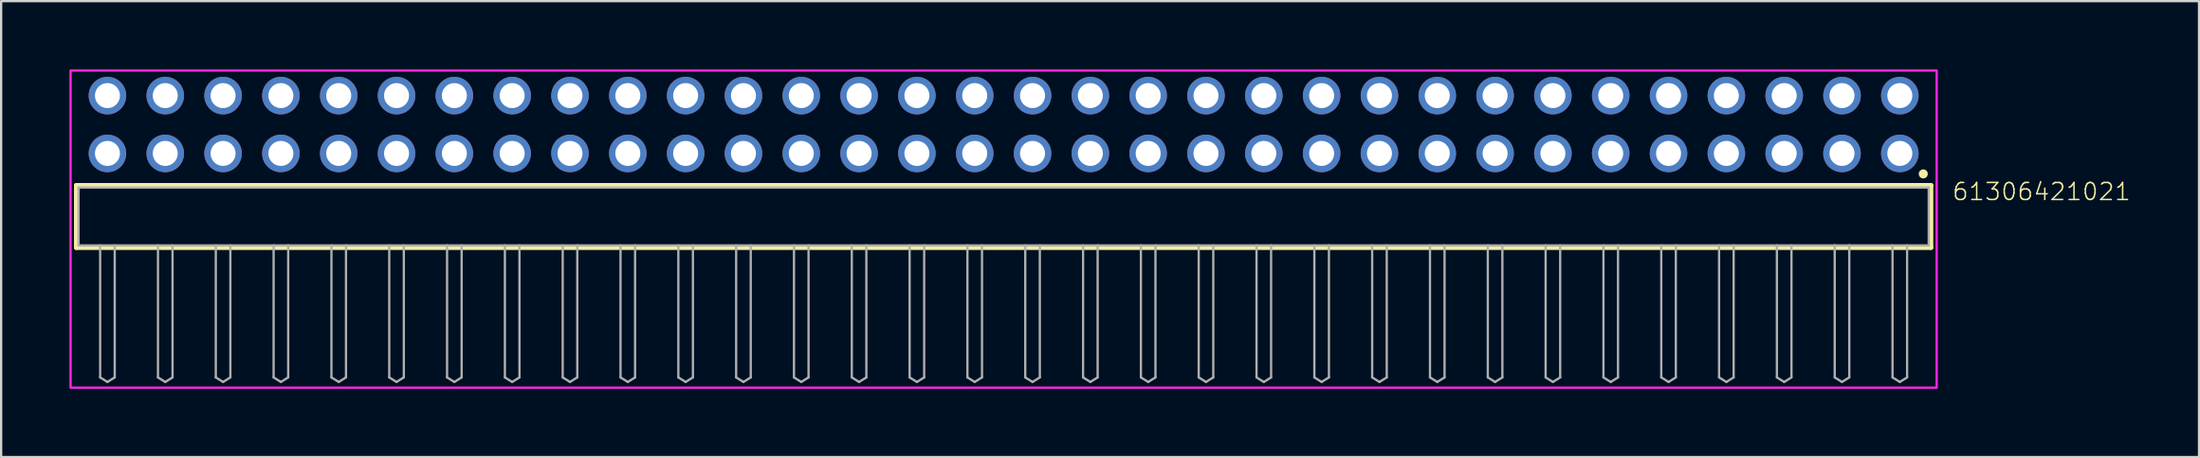
<source format=kicad_pcb>
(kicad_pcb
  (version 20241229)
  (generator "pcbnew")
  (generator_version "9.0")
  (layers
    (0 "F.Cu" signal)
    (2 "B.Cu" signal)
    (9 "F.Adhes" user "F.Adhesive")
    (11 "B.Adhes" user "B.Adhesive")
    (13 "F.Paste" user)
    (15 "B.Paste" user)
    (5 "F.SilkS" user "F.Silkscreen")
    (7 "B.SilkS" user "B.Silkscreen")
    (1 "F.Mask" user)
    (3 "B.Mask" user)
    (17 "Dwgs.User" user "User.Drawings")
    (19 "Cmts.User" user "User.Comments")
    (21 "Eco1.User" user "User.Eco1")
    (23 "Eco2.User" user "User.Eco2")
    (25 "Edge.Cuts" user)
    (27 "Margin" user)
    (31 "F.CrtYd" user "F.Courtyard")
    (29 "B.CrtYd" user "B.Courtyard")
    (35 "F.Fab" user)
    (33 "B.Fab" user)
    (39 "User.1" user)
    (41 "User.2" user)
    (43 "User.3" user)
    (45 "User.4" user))
  (footprint "61306421021"
    (layer "F.Cu")
    (at 41.04 6.46)
    (property "Reference" "61306421021" (at 41.635 -0.652 0) (unlocked yes) (layer "F.SilkS") (effects (font (size 0.748 0.748) (thickness 0.065)) (justify left bottom)))
    (fp_line (start -40.74 -1.37) (end 40.74 -1.37) (stroke (width 0.2) (type solid)) (layer "F.SilkS"))
    (fp_line (start -40.74 1.37) (end -40.74 -1.37) (stroke (width 0.2) (type solid)) (layer "F.SilkS"))
    (fp_line (start 40.74 -1.37) (end 40.74 1.37) (stroke (width 0.2) (type solid)) (layer "F.SilkS"))
    (fp_line (start 40.74 1.37) (end -40.74 1.37) (stroke (width 0.2) (type solid)) (layer "F.SilkS"))
    (fp_circle (center 40.4 -1.87) (end 40.5 -1.87) (stroke (width 0.2) (type solid)) (fill no) (layer "F.SilkS"))
    (fp_poly (pts (xy 40.99 7.52) (xy -40.99 7.52) (xy -40.99 -6.41) (xy 40.99 -6.41)) (stroke (width 0.1) (type default)) (fill no) (layer "F.CrtYd"))
    (fp_line (start -40.64 -1.27) (end 40.64 -1.27) (stroke (width 0.1) (type solid)) (layer "F.Fab"))
    (fp_line (start -40.64 1.27) (end -40.64 -1.27) (stroke (width 0.1) (type solid)) (layer "F.Fab"))
    (fp_line (start -39.69 1.27) (end -39.69 7.07) (stroke (width 0.1) (type solid)) (layer "F.Fab"))
    (fp_line (start -39.69 7.07) (end -39.37 7.27) (stroke (width 0.1) (type solid)) (layer "F.Fab"))
    (fp_line (start -39.37 7.27) (end -39.05 7.07) (stroke (width 0.1) (type solid)) (layer "F.Fab"))
    (fp_line (start -39.05 1.27) (end -39.05 7.07) (stroke (width 0.1) (type solid)) (layer "F.Fab"))
    (fp_line (start -37.15 1.27) (end -37.15 7.07) (stroke (width 0.1) (type solid)) (layer "F.Fab"))
    (fp_line (start -37.15 7.07) (end -36.83 7.27) (stroke (width 0.1) (type solid)) (layer "F.Fab"))
    (fp_line (start -36.83 7.27) (end -36.51 7.07) (stroke (width 0.1) (type solid)) (layer "F.Fab"))
    (fp_line (start -36.51 1.27) (end -36.51 7.07) (stroke (width 0.1) (type solid)) (layer "F.Fab"))
    (fp_line (start -34.61 1.27) (end -34.61 7.07) (stroke (width 0.1) (type solid)) (layer "F.Fab"))
    (fp_line (start -34.61 7.07) (end -34.29 7.27) (stroke (width 0.1) (type solid)) (layer "F.Fab"))
    (fp_line (start -34.29 7.27) (end -33.97 7.07) (stroke (width 0.1) (type solid)) (layer "F.Fab"))
    (fp_line (start -33.97 1.27) (end -33.97 7.07) (stroke (width 0.1) (type solid)) (layer "F.Fab"))
    (fp_line (start -32.07 1.27) (end -32.07 7.07) (stroke (width 0.1) (type solid)) (layer "F.Fab"))
    (fp_line (start -32.07 7.07) (end -31.75 7.27) (stroke (width 0.1) (type solid)) (layer "F.Fab"))
    (fp_line (start -31.75 7.27) (end -31.43 7.07) (stroke (width 0.1) (type solid)) (layer "F.Fab"))
    (fp_line (start -31.43 1.27) (end -31.43 7.07) (stroke (width 0.1) (type solid)) (layer "F.Fab"))
    (fp_line (start -29.53 1.27) (end -29.53 7.07) (stroke (width 0.1) (type solid)) (layer "F.Fab"))
    (fp_line (start -29.53 7.07) (end -29.21 7.27) (stroke (width 0.1) (type solid)) (layer "F.Fab"))
    (fp_line (start -29.21 7.27) (end -28.89 7.07) (stroke (width 0.1) (type solid)) (layer "F.Fab"))
    (fp_line (start -28.89 1.27) (end -28.89 7.07) (stroke (width 0.1) (type solid)) (layer "F.Fab"))
    (fp_line (start -26.99 1.27) (end -26.99 7.07) (stroke (width 0.1) (type solid)) (layer "F.Fab"))
    (fp_line (start -26.99 7.07) (end -26.67 7.27) (stroke (width 0.1) (type solid)) (layer "F.Fab"))
    (fp_line (start -26.67 7.27) (end -26.35 7.07) (stroke (width 0.1) (type solid)) (layer "F.Fab"))
    (fp_line (start -26.35 1.27) (end -26.35 7.07) (stroke (width 0.1) (type solid)) (layer "F.Fab"))
    (fp_line (start -24.45 1.27) (end -24.45 7.07) (stroke (width 0.1) (type solid)) (layer "F.Fab"))
    (fp_line (start -24.45 7.07) (end -24.13 7.27) (stroke (width 0.1) (type solid)) (layer "F.Fab"))
    (fp_line (start -24.13 7.27) (end -23.81 7.07) (stroke (width 0.1) (type solid)) (layer "F.Fab"))
    (fp_line (start -23.81 1.27) (end -23.81 7.07) (stroke (width 0.1) (type solid)) (layer "F.Fab"))
    (fp_line (start -21.91 1.27) (end -21.91 7.07) (stroke (width 0.1) (type solid)) (layer "F.Fab"))
    (fp_line (start -21.91 7.07) (end -21.59 7.27) (stroke (width 0.1) (type solid)) (layer "F.Fab"))
    (fp_line (start -21.59 7.27) (end -21.27 7.07) (stroke (width 0.1) (type solid)) (layer "F.Fab"))
    (fp_line (start -21.27 1.27) (end -21.27 7.07) (stroke (width 0.1) (type solid)) (layer "F.Fab"))
    (fp_line (start -19.37 1.27) (end -19.37 7.07) (stroke (width 0.1) (type solid)) (layer "F.Fab"))
    (fp_line (start -19.37 7.07) (end -19.05 7.27) (stroke (width 0.1) (type solid)) (layer "F.Fab"))
    (fp_line (start -19.05 7.27) (end -18.73 7.07) (stroke (width 0.1) (type solid)) (layer "F.Fab"))
    (fp_line (start -18.73 1.27) (end -18.73 7.07) (stroke (width 0.1) (type solid)) (layer "F.Fab"))
    (fp_line (start -16.83 1.27) (end -16.83 7.07) (stroke (width 0.1) (type solid)) (layer "F.Fab"))
    (fp_line (start -16.83 7.07) (end -16.51 7.27) (stroke (width 0.1) (type solid)) (layer "F.Fab"))
    (fp_line (start -16.51 7.27) (end -16.19 7.07) (stroke (width 0.1) (type solid)) (layer "F.Fab"))
    (fp_line (start -16.19 1.27) (end -16.19 7.07) (stroke (width 0.1) (type solid)) (layer "F.Fab"))
    (fp_line (start -14.29 1.27) (end -14.29 7.07) (stroke (width 0.1) (type solid)) (layer "F.Fab"))
    (fp_line (start -14.29 7.07) (end -13.97 7.27) (stroke (width 0.1) (type solid)) (layer "F.Fab"))
    (fp_line (start -13.97 7.27) (end -13.65 7.07) (stroke (width 0.1) (type solid)) (layer "F.Fab"))
    (fp_line (start -13.65 1.27) (end -13.65 7.07) (stroke (width 0.1) (type solid)) (layer "F.Fab"))
    (fp_line (start -11.75 1.27) (end -11.75 7.07) (stroke (width 0.1) (type solid)) (layer "F.Fab"))
    (fp_line (start -11.75 7.07) (end -11.43 7.27) (stroke (width 0.1) (type solid)) (layer "F.Fab"))
    (fp_line (start -11.43 7.27) (end -11.11 7.07) (stroke (width 0.1) (type solid)) (layer "F.Fab"))
    (fp_line (start -11.11 1.27) (end -11.11 7.07) (stroke (width 0.1) (type solid)) (layer "F.Fab"))
    (fp_line (start -9.21 1.27) (end -9.21 7.07) (stroke (width 0.1) (type solid)) (layer "F.Fab"))
    (fp_line (start -9.21 7.07) (end -8.89 7.27) (stroke (width 0.1) (type solid)) (layer "F.Fab"))
    (fp_line (start -8.89 7.27) (end -8.57 7.07) (stroke (width 0.1) (type solid)) (layer "F.Fab"))
    (fp_line (start -8.57 1.27) (end -8.57 7.07) (stroke (width 0.1) (type solid)) (layer "F.Fab"))
    (fp_line (start -6.67 1.27) (end -6.67 7.07) (stroke (width 0.1) (type solid)) (layer "F.Fab"))
    (fp_line (start -6.67 7.07) (end -6.35 7.27) (stroke (width 0.1) (type solid)) (layer "F.Fab"))
    (fp_line (start -6.35 7.27) (end -6.03 7.07) (stroke (width 0.1) (type solid)) (layer "F.Fab"))
    (fp_line (start -6.03 1.27) (end -6.03 7.07) (stroke (width 0.1) (type solid)) (layer "F.Fab"))
    (fp_line (start -4.13 1.27) (end -4.13 7.07) (stroke (width 0.1) (type solid)) (layer "F.Fab"))
    (fp_line (start -4.13 7.07) (end -3.81 7.27) (stroke (width 0.1) (type solid)) (layer "F.Fab"))
    (fp_line (start -3.81 7.27) (end -3.49 7.07) (stroke (width 0.1) (type solid)) (layer "F.Fab"))
    (fp_line (start -3.49 1.27) (end -3.49 7.07) (stroke (width 0.1) (type solid)) (layer "F.Fab"))
    (fp_line (start -1.59 1.27) (end -1.59 7.07) (stroke (width 0.1) (type solid)) (layer "F.Fab"))
    (fp_line (start -1.59 7.07) (end -1.27 7.27) (stroke (width 0.1) (type solid)) (layer "F.Fab"))
    (fp_line (start -1.27 7.27) (end -0.95 7.07) (stroke (width 0.1) (type solid)) (layer "F.Fab"))
    (fp_line (start -0.95 1.27) (end -0.95 7.07) (stroke (width 0.1) (type solid)) (layer "F.Fab"))
    (fp_line (start 0.95 1.27) (end 0.95 7.07) (stroke (width 0.1) (type solid)) (layer "F.Fab"))
    (fp_line (start 0.95 7.07) (end 1.27 7.27) (stroke (width 0.1) (type solid)) (layer "F.Fab"))
    (fp_line (start 1.27 7.27) (end 1.59 7.07) (stroke (width 0.1) (type solid)) (layer "F.Fab"))
    (fp_line (start 1.59 1.27) (end 1.59 7.07) (stroke (width 0.1) (type solid)) (layer "F.Fab"))
    (fp_line (start 3.49 1.27) (end 3.49 7.07) (stroke (width 0.1) (type solid)) (layer "F.Fab"))
    (fp_line (start 3.49 7.07) (end 3.81 7.27) (stroke (width 0.1) (type solid)) (layer "F.Fab"))
    (fp_line (start 3.81 7.27) (end 4.13 7.07) (stroke (width 0.1) (type solid)) (layer "F.Fab"))
    (fp_line (start 4.13 1.27) (end 4.13 7.07) (stroke (width 0.1) (type solid)) (layer "F.Fab"))
    (fp_line (start 6.03 1.27) (end 6.03 7.07) (stroke (width 0.1) (type solid)) (layer "F.Fab"))
    (fp_line (start 6.03 7.07) (end 6.35 7.27) (stroke (width 0.1) (type solid)) (layer "F.Fab"))
    (fp_line (start 6.35 7.27) (end 6.67 7.07) (stroke (width 0.1) (type solid)) (layer "F.Fab"))
    (fp_line (start 6.67 1.27) (end 6.67 7.07) (stroke (width 0.1) (type solid)) (layer "F.Fab"))
    (fp_line (start 8.57 1.27) (end 8.57 7.07) (stroke (width 0.1) (type solid)) (layer "F.Fab"))
    (fp_line (start 8.57 7.07) (end 8.89 7.27) (stroke (width 0.1) (type solid)) (layer "F.Fab"))
    (fp_line (start 8.89 7.27) (end 9.21 7.07) (stroke (width 0.1) (type solid)) (layer "F.Fab"))
    (fp_line (start 9.21 1.27) (end 9.21 7.07) (stroke (width 0.1) (type solid)) (layer "F.Fab"))
    (fp_line (start 11.11 1.27) (end 11.11 7.07) (stroke (width 0.1) (type solid)) (layer "F.Fab"))
    (fp_line (start 11.11 7.07) (end 11.43 7.27) (stroke (width 0.1) (type solid)) (layer "F.Fab"))
    (fp_line (start 11.43 7.27) (end 11.75 7.07) (stroke (width 0.1) (type solid)) (layer "F.Fab"))
    (fp_line (start 11.75 1.27) (end 11.75 7.07) (stroke (width 0.1) (type solid)) (layer "F.Fab"))
    (fp_line (start 13.65 1.27) (end 13.65 7.07) (stroke (width 0.1) (type solid)) (layer "F.Fab"))
    (fp_line (start 13.65 7.07) (end 13.97 7.27) (stroke (width 0.1) (type solid)) (layer "F.Fab"))
    (fp_line (start 13.97 7.27) (end 14.29 7.07) (stroke (width 0.1) (type solid)) (layer "F.Fab"))
    (fp_line (start 14.29 1.27) (end 14.29 7.07) (stroke (width 0.1) (type solid)) (layer "F.Fab"))
    (fp_line (start 16.19 1.27) (end 16.19 7.07) (stroke (width 0.1) (type solid)) (layer "F.Fab"))
    (fp_line (start 16.19 7.07) (end 16.51 7.27) (stroke (width 0.1) (type solid)) (layer "F.Fab"))
    (fp_line (start 16.51 7.27) (end 16.83 7.07) (stroke (width 0.1) (type solid)) (layer "F.Fab"))
    (fp_line (start 16.83 1.27) (end 16.83 7.07) (stroke (width 0.1) (type solid)) (layer "F.Fab"))
    (fp_line (start 18.73 1.27) (end 18.73 7.07) (stroke (width 0.1) (type solid)) (layer "F.Fab"))
    (fp_line (start 18.73 7.07) (end 19.05 7.27) (stroke (width 0.1) (type solid)) (layer "F.Fab"))
    (fp_line (start 19.05 7.27) (end 19.37 7.07) (stroke (width 0.1) (type solid)) (layer "F.Fab"))
    (fp_line (start 19.37 1.27) (end 19.37 7.07) (stroke (width 0.1) (type solid)) (layer "F.Fab"))
    (fp_line (start 21.27 1.27) (end 21.27 7.07) (stroke (width 0.1) (type solid)) (layer "F.Fab"))
    (fp_line (start 21.27 7.07) (end 21.59 7.27) (stroke (width 0.1) (type solid)) (layer "F.Fab"))
    (fp_line (start 21.59 7.27) (end 21.91 7.07) (stroke (width 0.1) (type solid)) (layer "F.Fab"))
    (fp_line (start 21.91 1.27) (end 21.91 7.07) (stroke (width 0.1) (type solid)) (layer "F.Fab"))
    (fp_line (start 23.81 1.27) (end 23.81 7.07) (stroke (width 0.1) (type solid)) (layer "F.Fab"))
    (fp_line (start 23.81 7.07) (end 24.13 7.27) (stroke (width 0.1) (type solid)) (layer "F.Fab"))
    (fp_line (start 24.13 7.27) (end 24.45 7.07) (stroke (width 0.1) (type solid)) (layer "F.Fab"))
    (fp_line (start 24.45 1.27) (end 24.45 7.07) (stroke (width 0.1) (type solid)) (layer "F.Fab"))
    (fp_line (start 26.35 1.27) (end 26.35 7.07) (stroke (width 0.1) (type solid)) (layer "F.Fab"))
    (fp_line (start 26.35 7.07) (end 26.67 7.27) (stroke (width 0.1) (type solid)) (layer "F.Fab"))
    (fp_line (start 26.67 7.27) (end 26.99 7.07) (stroke (width 0.1) (type solid)) (layer "F.Fab"))
    (fp_line (start 26.99 1.27) (end 26.99 7.07) (stroke (width 0.1) (type solid)) (layer "F.Fab"))
    (fp_line (start 28.89 1.27) (end 28.89 7.07) (stroke (width 0.1) (type solid)) (layer "F.Fab"))
    (fp_line (start 28.89 7.07) (end 29.21 7.27) (stroke (width 0.1) (type solid)) (layer "F.Fab"))
    (fp_line (start 29.21 7.27) (end 29.53 7.07) (stroke (width 0.1) (type solid)) (layer "F.Fab"))
    (fp_line (start 29.53 1.27) (end 29.53 7.07) (stroke (width 0.1) (type solid)) (layer "F.Fab"))
    (fp_line (start 31.43 1.27) (end 31.43 7.07) (stroke (width 0.1) (type solid)) (layer "F.Fab"))
    (fp_line (start 31.43 7.07) (end 31.75 7.27) (stroke (width 0.1) (type solid)) (layer "F.Fab"))
    (fp_line (start 31.75 7.27) (end 32.07 7.07) (stroke (width 0.1) (type solid)) (layer "F.Fab"))
    (fp_line (start 32.07 1.27) (end 32.07 7.07) (stroke (width 0.1) (type solid)) (layer "F.Fab"))
    (fp_line (start 33.97 1.27) (end 33.97 7.07) (stroke (width 0.1) (type solid)) (layer "F.Fab"))
    (fp_line (start 33.97 7.07) (end 34.29 7.27) (stroke (width 0.1) (type solid)) (layer "F.Fab"))
    (fp_line (start 34.29 7.27) (end 34.61 7.07) (stroke (width 0.1) (type solid)) (layer "F.Fab"))
    (fp_line (start 34.61 1.27) (end 34.61 7.07) (stroke (width 0.1) (type solid)) (layer "F.Fab"))
    (fp_line (start 36.51 1.27) (end -40.64 1.27) (stroke (width 0.1) (type solid)) (layer "F.Fab"))
    (fp_line (start 36.51 1.27) (end 36.51 7.07) (stroke (width 0.1) (type solid)) (layer "F.Fab"))
    (fp_line (start 36.51 7.07) (end 36.83 7.27) (stroke (width 0.1) (type solid)) (layer "F.Fab"))
    (fp_line (start 36.83 7.27) (end 37.15 7.07) (stroke (width 0.1) (type solid)) (layer "F.Fab"))
    (fp_line (start 37.15 1.27) (end 36.51 1.27) (stroke (width 0.1) (type solid)) (layer "F.Fab"))
    (fp_line (start 37.15 1.27) (end 37.15 7.07) (stroke (width 0.1) (type solid)) (layer "F.Fab"))
    (fp_line (start 39.05 1.27) (end 39.05 7.07) (stroke (width 0.1) (type solid)) (layer "F.Fab"))
    (fp_line (start 39.05 7.07) (end 39.37 7.27) (stroke (width 0.1) (type solid)) (layer "F.Fab"))
    (fp_line (start 39.37 7.27) (end 39.69 7.07) (stroke (width 0.1) (type solid)) (layer "F.Fab"))
    (fp_line (start 39.69 1.27) (end 39.69 7.07) (stroke (width 0.1) (type solid)) (layer "F.Fab"))
    (fp_line (start 40.64 -1.27) (end 40.64 1.27) (stroke (width 0.1) (type solid)) (layer "F.Fab"))
    (fp_line (start 40.64 1.27) (end 37.15 1.27) (stroke (width 0.1) (type solid)) (layer "F.Fab"))
    (pad "1" thru_hole circle (at 39.37 -2.77) (size 1.65 1.65) (drill 1.1) (layers "*.Cu" "*.Mask"))
    (pad "2" thru_hole circle (at 39.37 -5.31) (size 1.65 1.65) (drill 1.1) (layers "*.Cu" "*.Mask"))
    (pad "3" thru_hole circle (at 36.83 -2.77) (size 1.65 1.65) (drill 1.1) (layers "*.Cu" "*.Mask"))
    (pad "4" thru_hole circle (at 36.83 -5.31) (size 1.65 1.65) (drill 1.1) (layers "*.Cu" "*.Mask"))
    (pad "5" thru_hole circle (at 34.29 -2.77) (size 1.65 1.65) (drill 1.1) (layers "*.Cu" "*.Mask"))
    (pad "6" thru_hole circle (at 34.29 -5.31) (size 1.65 1.65) (drill 1.1) (layers "*.Cu" "*.Mask"))
    (pad "7" thru_hole circle (at 31.75 -2.77) (size 1.65 1.65) (drill 1.1) (layers "*.Cu" "*.Mask"))
    (pad "8" thru_hole circle (at 31.75 -5.31) (size 1.65 1.65) (drill 1.1) (layers "*.Cu" "*.Mask"))
    (pad "9" thru_hole circle (at 29.21 -2.77) (size 1.65 1.65) (drill 1.1) (layers "*.Cu" "*.Mask"))
    (pad "10" thru_hole circle (at 29.21 -5.31) (size 1.65 1.65) (drill 1.1) (layers "*.Cu" "*.Mask"))
    (pad "11" thru_hole circle (at 26.67 -2.77) (size 1.65 1.65) (drill 1.1) (layers "*.Cu" "*.Mask"))
    (pad "12" thru_hole circle (at 26.67 -5.31) (size 1.65 1.65) (drill 1.1) (layers "*.Cu" "*.Mask"))
    (pad "13" thru_hole circle (at 24.13 -2.77) (size 1.65 1.65) (drill 1.1) (layers "*.Cu" "*.Mask"))
    (pad "14" thru_hole circle (at 24.13 -5.31) (size 1.65 1.65) (drill 1.1) (layers "*.Cu" "*.Mask"))
    (pad "15" thru_hole circle (at 21.59 -2.77) (size 1.65 1.65) (drill 1.1) (layers "*.Cu" "*.Mask"))
    (pad "16" thru_hole circle (at 21.59 -5.31) (size 1.65 1.65) (drill 1.1) (layers "*.Cu" "*.Mask"))
    (pad "17" thru_hole circle (at 19.05 -2.77) (size 1.65 1.65) (drill 1.1) (layers "*.Cu" "*.Mask"))
    (pad "18" thru_hole circle (at 19.05 -5.31) (size 1.65 1.65) (drill 1.1) (layers "*.Cu" "*.Mask"))
    (pad "19" thru_hole circle (at 16.51 -2.77) (size 1.65 1.65) (drill 1.1) (layers "*.Cu" "*.Mask"))
    (pad "20" thru_hole circle (at 16.51 -5.31) (size 1.65 1.65) (drill 1.1) (layers "*.Cu" "*.Mask"))
    (pad "21" thru_hole circle (at 13.97 -2.77) (size 1.65 1.65) (drill 1.1) (layers "*.Cu" "*.Mask"))
    (pad "22" thru_hole circle (at 13.97 -5.31) (size 1.65 1.65) (drill 1.1) (layers "*.Cu" "*.Mask"))
    (pad "23" thru_hole circle (at 11.43 -2.77) (size 1.65 1.65) (drill 1.1) (layers "*.Cu" "*.Mask"))
    (pad "24" thru_hole circle (at 11.43 -5.31) (size 1.65 1.65) (drill 1.1) (layers "*.Cu" "*.Mask"))
    (pad "25" thru_hole circle (at 8.89 -2.77) (size 1.65 1.65) (drill 1.1) (layers "*.Cu" "*.Mask"))
    (pad "26" thru_hole circle (at 8.89 -5.31) (size 1.65 1.65) (drill 1.1) (layers "*.Cu" "*.Mask"))
    (pad "27" thru_hole circle (at 6.35 -2.77) (size 1.65 1.65) (drill 1.1) (layers "*.Cu" "*.Mask"))
    (pad "28" thru_hole circle (at 6.35 -5.31) (size 1.65 1.65) (drill 1.1) (layers "*.Cu" "*.Mask"))
    (pad "29" thru_hole circle (at 3.81 -2.77) (size 1.65 1.65) (drill 1.1) (layers "*.Cu" "*.Mask"))
    (pad "30" thru_hole circle (at 3.81 -5.31) (size 1.65 1.65) (drill 1.1) (layers "*.Cu" "*.Mask"))
    (pad "31" thru_hole circle (at 1.27 -2.77) (size 1.65 1.65) (drill 1.1) (layers "*.Cu" "*.Mask"))
    (pad "32" thru_hole circle (at 1.27 -5.31) (size 1.65 1.65) (drill 1.1) (layers "*.Cu" "*.Mask"))
    (pad "33" thru_hole circle (at -1.27 -2.77) (size 1.65 1.65) (drill 1.1) (layers "*.Cu" "*.Mask"))
    (pad "34" thru_hole circle (at -1.27 -5.31) (size 1.65 1.65) (drill 1.1) (layers "*.Cu" "*.Mask"))
    (pad "35" thru_hole circle (at -3.81 -2.77) (size 1.65 1.65) (drill 1.1) (layers "*.Cu" "*.Mask"))
    (pad "36" thru_hole circle (at -3.81 -5.31) (size 1.65 1.65) (drill 1.1) (layers "*.Cu" "*.Mask"))
    (pad "37" thru_hole circle (at -6.35 -2.77) (size 1.65 1.65) (drill 1.1) (layers "*.Cu" "*.Mask"))
    (pad "38" thru_hole circle (at -6.35 -5.31) (size 1.65 1.65) (drill 1.1) (layers "*.Cu" "*.Mask"))
    (pad "39" thru_hole circle (at -8.89 -2.77) (size 1.65 1.65) (drill 1.1) (layers "*.Cu" "*.Mask"))
    (pad "40" thru_hole circle (at -8.89 -5.31) (size 1.65 1.65) (drill 1.1) (layers "*.Cu" "*.Mask"))
    (pad "41" thru_hole circle (at -11.43 -2.77) (size 1.65 1.65) (drill 1.1) (layers "*.Cu" "*.Mask"))
    (pad "42" thru_hole circle (at -11.43 -5.31) (size 1.65 1.65) (drill 1.1) (layers "*.Cu" "*.Mask"))
    (pad "43" thru_hole circle (at -13.97 -2.77) (size 1.65 1.65) (drill 1.1) (layers "*.Cu" "*.Mask"))
    (pad "44" thru_hole circle (at -13.97 -5.31) (size 1.65 1.65) (drill 1.1) (layers "*.Cu" "*.Mask"))
    (pad "45" thru_hole circle (at -16.51 -2.77) (size 1.65 1.65) (drill 1.1) (layers "*.Cu" "*.Mask"))
    (pad "46" thru_hole circle (at -16.51 -5.31) (size 1.65 1.65) (drill 1.1) (layers "*.Cu" "*.Mask"))
    (pad "47" thru_hole circle (at -19.05 -2.77) (size 1.65 1.65) (drill 1.1) (layers "*.Cu" "*.Mask"))
    (pad "48" thru_hole circle (at -19.05 -5.31) (size 1.65 1.65) (drill 1.1) (layers "*.Cu" "*.Mask"))
    (pad "49" thru_hole circle (at -21.59 -2.77) (size 1.65 1.65) (drill 1.1) (layers "*.Cu" "*.Mask"))
    (pad "50" thru_hole circle (at -21.59 -5.31) (size 1.65 1.65) (drill 1.1) (layers "*.Cu" "*.Mask"))
    (pad "51" thru_hole circle (at -24.13 -2.77) (size 1.65 1.65) (drill 1.1) (layers "*.Cu" "*.Mask"))
    (pad "52" thru_hole circle (at -24.13 -5.31) (size 1.65 1.65) (drill 1.1) (layers "*.Cu" "*.Mask"))
    (pad "53" thru_hole circle (at -26.67 -2.77) (size 1.65 1.65) (drill 1.1) (layers "*.Cu" "*.Mask"))
    (pad "54" thru_hole circle (at -26.67 -5.31) (size 1.65 1.65) (drill 1.1) (layers "*.Cu" "*.Mask"))
    (pad "55" thru_hole circle (at -29.21 -2.77) (size 1.65 1.65) (drill 1.1) (layers "*.Cu" "*.Mask"))
    (pad "56" thru_hole circle (at -29.21 -5.31) (size 1.65 1.65) (drill 1.1) (layers "*.Cu" "*.Mask"))
    (pad "57" thru_hole circle (at -31.75 -2.77) (size 1.65 1.65) (drill 1.1) (layers "*.Cu" "*.Mask"))
    (pad "58" thru_hole circle (at -31.75 -5.31) (size 1.65 1.65) (drill 1.1) (layers "*.Cu" "*.Mask"))
    (pad "59" thru_hole circle (at -34.29 -2.77) (size 1.65 1.65) (drill 1.1) (layers "*.Cu" "*.Mask"))
    (pad "60" thru_hole circle (at -34.29 -5.31) (size 1.65 1.65) (drill 1.1) (layers "*.Cu" "*.Mask"))
    (pad "61" thru_hole circle (at -36.83 -2.77) (size 1.65 1.65) (drill 1.1) (layers "*.Cu" "*.Mask"))
    (pad "62" thru_hole circle (at -36.83 -5.31) (size 1.65 1.65) (drill 1.1) (layers "*.Cu" "*.Mask"))
    (pad "63" thru_hole circle (at -39.37 -2.77) (size 1.65 1.65) (drill 1.1) (layers "*.Cu" "*.Mask"))
    (pad "64" thru_hole circle (at -39.37 -5.31) (size 1.65 1.65) (drill 1.1) (layers "*.Cu" "*.Mask")))
  (gr_rect
    (start -3 -3)
    (end 93.554 17.03)
    (stroke (width 0.1) (type default))
    (fill no)
    (layer "Edge.Cuts")))
</source>
